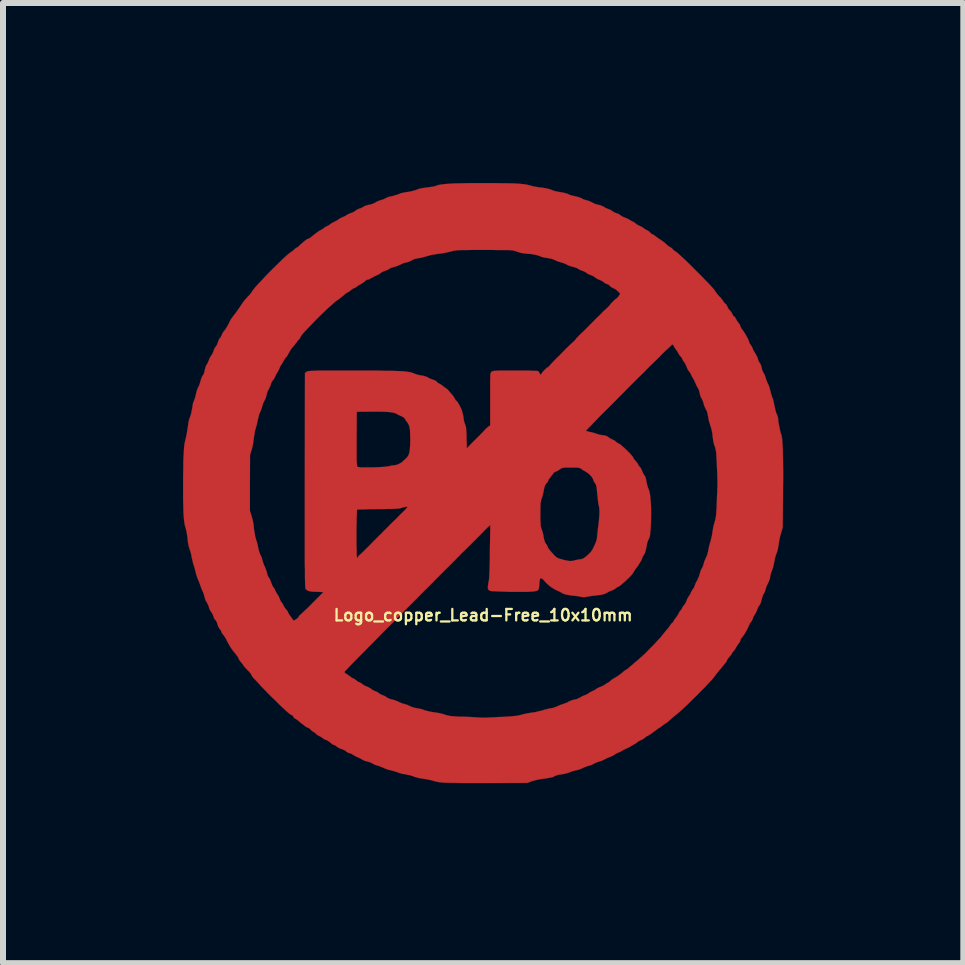
<source format=kicad_pcb>
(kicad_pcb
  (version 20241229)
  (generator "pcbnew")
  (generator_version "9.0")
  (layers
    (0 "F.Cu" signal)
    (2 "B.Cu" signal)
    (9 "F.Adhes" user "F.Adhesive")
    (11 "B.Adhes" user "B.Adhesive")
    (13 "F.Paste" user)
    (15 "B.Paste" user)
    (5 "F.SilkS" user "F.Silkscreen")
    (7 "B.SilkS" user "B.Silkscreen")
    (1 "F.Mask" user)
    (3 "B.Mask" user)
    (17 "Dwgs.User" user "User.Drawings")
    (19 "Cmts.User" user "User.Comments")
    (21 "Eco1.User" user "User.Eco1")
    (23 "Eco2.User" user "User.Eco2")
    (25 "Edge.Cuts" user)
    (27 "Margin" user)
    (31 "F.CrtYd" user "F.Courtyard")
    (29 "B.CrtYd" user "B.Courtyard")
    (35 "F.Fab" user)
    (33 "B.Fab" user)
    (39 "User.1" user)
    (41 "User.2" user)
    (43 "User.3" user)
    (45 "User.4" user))
  (footprint "Logo_copper_Lead-Free_10x10mm"
    (layer "F.Cu")
    (at 5 5)
    (property "Reference" "Logo_copper_Lead-Free_10x10mm" (at 0 2.2 0) (layer "F.SilkS") (effects (font (size 0.191 0.191) (thickness 0.038))))
    (attr through_hole)
    (fp_poly (pts (xy 4.999 -0.066) (xy 4.996 0.114) (xy 4.996 0.165) (xy 4.991 0.739) (xy 4.961 0.841) (xy 4.945 0.897) (xy 4.933 0.958) (xy 4.923 1.011) (xy 4.923 1.026) (xy 4.907 1.115) (xy 4.887 1.171) (xy 4.872 1.214) (xy 4.859 1.265) (xy 4.851 1.308) (xy 4.841 1.356) (xy 4.829 1.41) (xy 4.816 1.445) (xy 4.798 1.491) (xy 4.785 1.537) (xy 4.783 1.562) (xy 4.773 1.603) (xy 4.755 1.648) (xy 4.745 1.669) (xy 4.727 1.707) (xy 4.712 1.745) (xy 4.707 1.763) (xy 4.696 1.801) (xy 4.679 1.839) (xy 4.674 1.844) (xy 4.658 1.875) (xy 4.646 1.918) (xy 4.638 1.948) (xy 4.628 1.986) (xy 4.615 2.017) (xy 4.605 2.032) (xy 4.59 2.052) (xy 4.575 2.083) (xy 4.567 2.103) (xy 4.552 2.141) (xy 4.534 2.177) (xy 4.524 2.189) (xy 4.506 2.22) (xy 4.493 2.253) (xy 4.481 2.286) (xy 4.46 2.314) (xy 4.442 2.342) (xy 4.425 2.377) (xy 4.425 2.38) (xy 4.407 2.421) (xy 4.381 2.469) (xy 4.351 2.52) (xy 4.318 2.563) (xy 4.315 2.568) (xy 4.295 2.593) (xy 4.285 2.616) (xy 4.285 2.621) (xy 4.28 2.639) (xy 4.262 2.664) (xy 4.249 2.682) (xy 4.227 2.715) (xy 4.206 2.748) (xy 4.201 2.761) (xy 4.188 2.781) (xy 4.178 2.791) (xy 4.178 2.794) (xy 4.168 2.802) (xy 4.153 2.822) (xy 4.15 2.827) (xy 4.133 2.857) (xy 4.107 2.891) (xy 4.097 2.901) (xy 4.077 2.926) (xy 4.064 2.946) (xy 4.061 2.954) (xy 4.061 2.962) (xy 4.054 2.972) (xy 4.044 2.987) (xy 4.023 3.012) (xy 3.993 3.048) (xy 3.952 3.099) (xy 3.94 3.111) (xy 3.909 3.15) (xy 3.904 3.157) (xy 3.904 0.015) (xy 3.904 -0.015) (xy 3.904 -0.051) (xy 3.901 -0.091) (xy 3.901 -0.137) (xy 3.899 -0.196) (xy 3.894 -0.297) (xy 3.891 -0.378) (xy 3.886 -0.442) (xy 3.884 -0.493) (xy 3.879 -0.533) (xy 3.873 -0.564) (xy 3.868 -0.587) (xy 3.861 -0.607) (xy 3.858 -0.617) (xy 3.846 -0.65) (xy 3.835 -0.696) (xy 3.828 -0.747) (xy 3.825 -0.762) (xy 3.818 -0.831) (xy 3.807 -0.889) (xy 3.792 -0.94) (xy 3.774 -0.996) (xy 3.762 -1.036) (xy 3.752 -1.087) (xy 3.747 -1.118) (xy 3.736 -1.173) (xy 3.719 -1.219) (xy 3.713 -1.224) (xy 3.698 -1.257) (xy 3.68 -1.298) (xy 3.675 -1.323) (xy 3.663 -1.361) (xy 3.647 -1.397) (xy 3.637 -1.415) (xy 3.622 -1.443) (xy 3.612 -1.481) (xy 3.609 -1.496) (xy 3.599 -1.537) (xy 3.584 -1.577) (xy 3.576 -1.587) (xy 3.556 -1.623) (xy 3.538 -1.664) (xy 3.536 -1.669) (xy 3.518 -1.709) (xy 3.495 -1.748) (xy 3.493 -1.755) (xy 3.475 -1.783) (xy 3.465 -1.803) (xy 3.465 -1.808) (xy 3.457 -1.824) (xy 3.442 -1.847) (xy 3.434 -1.857) (xy 3.411 -1.89) (xy 3.393 -1.93) (xy 3.391 -1.935) (xy 3.376 -1.971) (xy 3.355 -2.009) (xy 3.348 -2.019) (xy 3.327 -2.047) (xy 3.317 -2.068) (xy 3.315 -2.075) (xy 3.307 -2.09) (xy 3.292 -2.108) (xy 3.274 -2.129) (xy 3.254 -2.159) (xy 3.246 -2.177) (xy 3.228 -2.205) (xy 3.213 -2.228) (xy 3.208 -2.233) (xy 3.195 -2.248) (xy 3.183 -2.273) (xy 3.18 -2.276) (xy 3.167 -2.301) (xy 3.155 -2.311) (xy 3.152 -2.311) (xy 3.145 -2.306) (xy 3.122 -2.283) (xy 3.086 -2.25) (xy 3.038 -2.205) (xy 2.982 -2.151) (xy 2.918 -2.085) (xy 2.845 -2.014) (xy 2.766 -1.938) (xy 2.685 -1.854) (xy 2.596 -1.768) (xy 2.507 -1.679) (xy 2.418 -1.59) (xy 2.329 -1.499) (xy 2.283 -1.455) (xy 2.283 -3.157) (xy 2.243 -3.198) (xy 2.212 -3.226) (xy 2.179 -3.244) (xy 2.167 -3.251) (xy 2.134 -3.266) (xy 2.111 -3.287) (xy 2.085 -3.31) (xy 2.057 -3.32) (xy 2.029 -3.332) (xy 2.009 -3.348) (xy 1.989 -3.363) (xy 1.956 -3.381) (xy 1.941 -3.386) (xy 1.905 -3.401) (xy 1.872 -3.421) (xy 1.864 -3.429) (xy 1.834 -3.449) (xy 1.798 -3.465) (xy 1.796 -3.467) (xy 1.758 -3.48) (xy 1.727 -3.5) (xy 1.722 -3.503) (xy 1.692 -3.523) (xy 1.656 -3.538) (xy 1.654 -3.538) (xy 1.618 -3.551) (xy 1.587 -3.569) (xy 1.585 -3.571) (xy 1.56 -3.584) (xy 1.524 -3.597) (xy 1.488 -3.607) (xy 1.448 -3.617) (xy 1.41 -3.632) (xy 1.387 -3.645) (xy 1.356 -3.66) (xy 1.318 -3.673) (xy 1.298 -3.678) (xy 1.255 -3.691) (xy 1.212 -3.708) (xy 1.196 -3.716) (xy 1.148 -3.736) (xy 1.085 -3.749) (xy 1.067 -3.752) (xy 1.016 -3.759) (xy 0.97 -3.772) (xy 0.937 -3.785) (xy 0.892 -3.8) (xy 0.828 -3.813) (xy 0.795 -3.818) (xy 0.724 -3.823) (xy 0.668 -3.83) (xy 0.627 -3.838) (xy 0.592 -3.848) (xy 0.561 -3.858) (xy 0.549 -3.863) (xy 0.533 -3.868) (xy 0.521 -3.871) (xy 0.503 -3.876) (xy 0.483 -3.879) (xy 0.452 -3.881) (xy 0.417 -3.884) (xy 0.368 -3.884) (xy 0.307 -3.884) (xy 0.231 -3.884) (xy 0.137 -3.886) (xy 0.023 -3.886) (xy 0.02 -3.886) (xy -0.091 -3.886) (xy -0.185 -3.886) (xy -0.262 -3.884) (xy -0.323 -3.884) (xy -0.373 -3.884) (xy -0.411 -3.881) (xy -0.445 -3.879) (xy -0.467 -3.876) (xy -0.49 -3.873) (xy -0.508 -3.868) (xy -0.528 -3.863) (xy -0.536 -3.861) (xy -0.587 -3.848) (xy -0.648 -3.835) (xy -0.709 -3.825) (xy -0.739 -3.823) (xy -0.8 -3.813) (xy -0.864 -3.802) (xy -0.917 -3.787) (xy -0.937 -3.782) (xy -0.988 -3.767) (xy -1.039 -3.754) (xy -1.085 -3.747) (xy -1.148 -3.734) (xy -1.189 -3.713) (xy -1.227 -3.693) (xy -1.267 -3.68) (xy -1.278 -3.678) (xy -1.321 -3.668) (xy -1.364 -3.65) (xy -1.377 -3.642) (xy -1.415 -3.625) (xy -1.46 -3.609) (xy -1.478 -3.604) (xy -1.516 -3.594) (xy -1.552 -3.579) (xy -1.565 -3.571) (xy -1.593 -3.553) (xy -1.628 -3.541) (xy -1.633 -3.538) (xy -1.669 -3.526) (xy -1.694 -3.51) (xy -1.699 -3.508) (xy -1.722 -3.49) (xy -1.753 -3.472) (xy -1.781 -3.459) (xy -1.819 -3.442) (xy -1.857 -3.421) (xy -1.875 -3.411) (xy -1.902 -3.396) (xy -1.925 -3.391) (xy -1.93 -3.391) (xy -1.948 -3.383) (xy -1.966 -3.368) (xy -1.989 -3.348) (xy -2.022 -3.327) (xy -2.029 -3.322) (xy -2.065 -3.302) (xy -2.098 -3.282) (xy -2.103 -3.277) (xy -2.126 -3.259) (xy -2.146 -3.251) (xy -2.164 -3.244) (xy -2.187 -3.228) (xy -2.207 -3.213) (xy -2.233 -3.193) (xy -2.253 -3.18) (xy -2.261 -3.178) (xy -2.273 -3.17) (xy -2.296 -3.155) (xy -2.316 -3.137) (xy -2.36 -3.101) (xy -2.393 -3.073) (xy -2.418 -3.056) (xy -2.443 -3.04) (xy -2.466 -3.023) (xy -2.502 -2.99) (xy -2.548 -2.949) (xy -2.601 -2.901) (xy -2.657 -2.847) (xy -2.713 -2.794) (xy -2.769 -2.738) (xy -2.819 -2.687) (xy -2.83 -2.675) (xy -2.873 -2.629) (xy -2.916 -2.586) (xy -2.951 -2.548) (xy -2.979 -2.52) (xy -2.987 -2.51) (xy -3.015 -2.479) (xy -3.035 -2.449) (xy -3.043 -2.433) (xy -3.058 -2.408) (xy -3.071 -2.39) (xy -3.073 -2.39) (xy -3.089 -2.375) (xy -3.104 -2.352) (xy -3.127 -2.324) (xy -3.145 -2.299) (xy -3.178 -2.261) (xy -3.211 -2.217) (xy -3.236 -2.172) (xy -3.256 -2.136) (xy -3.269 -2.113) (xy -3.279 -2.101) (xy -3.282 -2.098) (xy -3.292 -2.09) (xy -3.307 -2.068) (xy -3.325 -2.037) (xy -3.343 -2.004) (xy -3.358 -1.979) (xy -3.368 -1.966) (xy -3.378 -1.953) (xy -3.388 -1.928) (xy -3.391 -1.92) (xy -3.406 -1.885) (xy -3.426 -1.849) (xy -3.447 -1.816) (xy -3.465 -1.778) (xy -3.48 -1.745) (xy -3.5 -1.717) (xy -3.503 -1.714) (xy -3.523 -1.687) (xy -3.536 -1.654) (xy -3.546 -1.621) (xy -3.564 -1.582) (xy -3.571 -1.57) (xy -3.592 -1.529) (xy -3.607 -1.483) (xy -3.609 -1.471) (xy -3.619 -1.43) (xy -3.635 -1.389) (xy -3.642 -1.379) (xy -3.66 -1.344) (xy -3.675 -1.3) (xy -3.678 -1.288) (xy -3.691 -1.245) (xy -3.708 -1.201) (xy -3.713 -1.189) (xy -3.729 -1.156) (xy -3.741 -1.11) (xy -3.752 -1.067) (xy -3.762 -1.016) (xy -3.777 -0.958) (xy -3.79 -0.912) (xy -3.805 -0.856) (xy -3.815 -0.79) (xy -3.823 -0.734) (xy -3.833 -0.653) (xy -3.851 -0.577) (xy -3.858 -0.554) (xy -3.884 -0.472) (xy -3.886 -0.005) (xy -3.886 0.462) (xy -3.856 0.554) (xy -3.84 0.615) (xy -3.825 0.688) (xy -3.818 0.765) (xy -3.818 0.767) (xy -3.807 0.833) (xy -3.797 0.892) (xy -3.785 0.932) (xy -3.785 0.937) (xy -3.772 0.973) (xy -3.759 1.019) (xy -3.752 1.059) (xy -3.739 1.118) (xy -3.721 1.173) (xy -3.711 1.194) (xy -3.693 1.232) (xy -3.68 1.273) (xy -3.675 1.293) (xy -3.665 1.326) (xy -3.65 1.367) (xy -3.64 1.387) (xy -3.622 1.43) (xy -3.607 1.476) (xy -3.602 1.494) (xy -3.592 1.532) (xy -3.579 1.562) (xy -3.571 1.572) (xy -3.556 1.595) (xy -3.541 1.631) (xy -3.533 1.651) (xy -3.52 1.689) (xy -3.505 1.72) (xy -3.498 1.73) (xy -3.477 1.758) (xy -3.465 1.791) (xy -3.462 1.791) (xy -3.447 1.824) (xy -3.426 1.854) (xy -3.409 1.882) (xy -3.393 1.918) (xy -3.391 1.925) (xy -3.378 1.956) (xy -3.365 1.979) (xy -3.36 1.984) (xy -3.345 2.002) (xy -3.33 2.032) (xy -3.325 2.042) (xy -3.307 2.073) (xy -3.287 2.101) (xy -3.282 2.106) (xy -3.261 2.129) (xy -3.246 2.162) (xy -3.231 2.189) (xy -3.205 2.225) (xy -3.193 2.243) (xy -3.155 2.291) (xy -3.117 2.268) (xy -3.094 2.25) (xy -3.076 2.233) (xy -3.076 2.23) (xy -3.066 2.212) (xy -3.043 2.189) (xy -3.015 2.164) (xy -2.972 2.123) (xy -2.918 2.073) (xy -2.857 2.012) (xy -2.837 1.991) (xy -2.819 1.974) (xy -2.802 1.956) (xy -2.784 1.938) (xy -2.774 1.925) (xy -2.761 1.915) (xy -2.741 1.895) (xy -2.715 1.869) (xy -2.69 1.844) (xy -2.672 1.826) (xy -2.664 1.816) (xy -2.675 1.814) (xy -2.7 1.814) (xy -2.741 1.811) (xy -2.769 1.811) (xy -2.84 1.808) (xy -2.893 1.801) (xy -2.931 1.788) (xy -2.954 1.768) (xy -2.959 1.758) (xy -2.962 1.75) (xy -2.964 1.737) (xy -2.964 1.712) (xy -2.967 1.681) (xy -2.967 1.638) (xy -2.969 1.585) (xy -2.969 1.519) (xy -2.969 1.443) (xy -2.972 1.351) (xy -2.972 1.245) (xy -2.972 1.125) (xy -2.972 0.988) (xy -2.972 0.833) (xy -2.972 0.663) (xy -2.972 0.472) (xy -2.972 0.264) (xy -2.972 0.036) (xy -2.972 -0.051) (xy -2.969 -1.834) (xy -2.944 -1.854) (xy -2.939 -1.859) (xy -2.931 -1.862) (xy -2.921 -1.864) (xy -2.906 -1.867) (xy -2.883 -1.869) (xy -2.852 -1.872) (xy -2.814 -1.872) (xy -2.766 -1.875) (xy -2.703 -1.875) (xy -2.626 -1.875) (xy -2.535 -1.875) (xy -2.426 -1.875) (xy -2.299 -1.875) (xy -2.197 -1.875) (xy -2.029 -1.875) (xy -1.88 -1.875) (xy -1.75 -1.875) (xy -1.638 -1.872) (xy -1.542 -1.872) (xy -1.458 -1.869) (xy -1.389 -1.867) (xy -1.333 -1.864) (xy -1.285 -1.859) (xy -1.247 -1.854) (xy -1.219 -1.849) (xy -1.194 -1.844) (xy -1.176 -1.836) (xy -1.168 -1.834) (xy -1.135 -1.821) (xy -1.092 -1.806) (xy -1.044 -1.796) (xy -1.036 -1.796) (xy -0.986 -1.786) (xy -0.945 -1.773) (xy -0.919 -1.76) (xy -0.894 -1.745) (xy -0.859 -1.732) (xy -0.841 -1.725) (xy -0.795 -1.709) (xy -0.77 -1.687) (xy -0.752 -1.669) (xy -0.739 -1.661) (xy -0.721 -1.656) (xy -0.699 -1.638) (xy -0.688 -1.633) (xy -0.658 -1.608) (xy -0.625 -1.585) (xy -0.62 -1.58) (xy -0.597 -1.565) (xy -0.572 -1.537) (xy -0.541 -1.501) (xy -0.511 -1.468) (xy -0.488 -1.435) (xy -0.472 -1.41) (xy -0.467 -1.4) (xy -0.46 -1.384) (xy -0.447 -1.374) (xy -0.434 -1.361) (xy -0.414 -1.333) (xy -0.394 -1.295) (xy -0.384 -1.278) (xy -0.358 -1.222) (xy -0.343 -1.171) (xy -0.33 -1.115) (xy -0.328 -1.1) (xy -0.323 -1.054) (xy -0.312 -1.011) (xy -0.302 -0.98) (xy -0.3 -0.975) (xy -0.292 -0.958) (xy -0.287 -0.932) (xy -0.282 -0.897) (xy -0.279 -0.846) (xy -0.277 -0.777) (xy -0.277 -0.762) (xy -0.272 -0.579) (xy -0.218 -0.638) (xy -0.188 -0.668) (xy -0.163 -0.693) (xy -0.147 -0.709) (xy -0.099 -0.757) (xy -0.051 -0.805) (xy -0.005 -0.851) (xy 0.025 -0.886) (xy 0.053 -0.914) (xy 0.079 -0.937) (xy 0.094 -0.947) (xy 0.117 -0.96) (xy 0.117 -1.397) (xy 0.117 -1.504) (xy 0.117 -1.593) (xy 0.117 -1.664) (xy 0.117 -1.72) (xy 0.119 -1.763) (xy 0.119 -1.796) (xy 0.122 -1.819) (xy 0.124 -1.834) (xy 0.13 -1.844) (xy 0.135 -1.849) (xy 0.137 -1.854) (xy 0.145 -1.859) (xy 0.152 -1.864) (xy 0.165 -1.867) (xy 0.183 -1.872) (xy 0.211 -1.872) (xy 0.249 -1.875) (xy 0.3 -1.875) (xy 0.366 -1.875) (xy 0.45 -1.875) (xy 0.526 -1.875) (xy 0.612 -1.875) (xy 0.693 -1.875) (xy 0.765 -1.875) (xy 0.826 -1.872) (xy 0.871 -1.872) (xy 0.902 -1.869) (xy 0.912 -1.869) (xy 0.927 -1.854) (xy 0.942 -1.829) (xy 0.953 -1.808) (xy 0.958 -1.806) (xy 0.968 -1.819) (xy 0.968 -1.821) (xy 0.983 -1.841) (xy 1.003 -1.867) (xy 1.029 -1.892) (xy 1.052 -1.915) (xy 1.069 -1.928) (xy 1.074 -1.928) (xy 1.085 -1.935) (xy 1.105 -1.956) (xy 1.13 -1.984) (xy 1.135 -1.989) (xy 1.171 -2.029) (xy 1.214 -2.073) (xy 1.245 -2.103) (xy 1.275 -2.131) (xy 1.298 -2.156) (xy 1.313 -2.172) (xy 1.339 -2.197) (xy 1.372 -2.233) (xy 1.412 -2.271) (xy 1.453 -2.309) (xy 1.486 -2.342) (xy 1.491 -2.344) (xy 1.519 -2.37) (xy 1.537 -2.39) (xy 1.544 -2.4) (xy 1.552 -2.413) (xy 1.572 -2.433) (xy 1.598 -2.459) (xy 1.6 -2.464) (xy 1.631 -2.492) (xy 1.654 -2.515) (xy 1.666 -2.527) (xy 1.669 -2.527) (xy 1.679 -2.537) (xy 1.702 -2.56) (xy 1.735 -2.593) (xy 1.77 -2.629) (xy 1.775 -2.634) (xy 1.811 -2.67) (xy 1.844 -2.703) (xy 1.867 -2.728) (xy 1.88 -2.741) (xy 1.882 -2.741) (xy 1.895 -2.756) (xy 1.918 -2.776) (xy 1.941 -2.799) (xy 1.956 -2.814) (xy 1.981 -2.84) (xy 2.009 -2.87) (xy 2.05 -2.903) (xy 2.055 -2.911) (xy 2.083 -2.936) (xy 2.103 -2.957) (xy 2.111 -2.967) (xy 2.118 -2.979) (xy 2.136 -3) (xy 2.162 -3.025) (xy 2.187 -3.051) (xy 2.212 -3.071) (xy 2.225 -3.081) (xy 2.228 -3.081) (xy 2.238 -3.089) (xy 2.253 -3.109) (xy 2.261 -3.119) (xy 2.283 -3.157) (xy 2.283 -1.455) (xy 2.24 -1.41) (xy 2.154 -1.323) (xy 2.073 -1.242) (xy 1.996 -1.166) (xy 1.925 -1.095) (xy 1.864 -1.031) (xy 1.811 -0.975) (xy 1.768 -0.932) (xy 1.737 -0.899) (xy 1.717 -0.879) (xy 1.714 -0.871) (xy 1.727 -0.866) (xy 1.755 -0.859) (xy 1.781 -0.853) (xy 1.826 -0.843) (xy 1.875 -0.828) (xy 1.897 -0.82) (xy 1.938 -0.808) (xy 1.981 -0.8) (xy 1.999 -0.798) (xy 2.047 -0.79) (xy 2.075 -0.775) (xy 2.103 -0.754) (xy 2.141 -0.734) (xy 2.149 -0.729) (xy 2.182 -0.714) (xy 2.207 -0.696) (xy 2.215 -0.688) (xy 2.238 -0.671) (xy 2.266 -0.655) (xy 2.268 -0.655) (xy 2.289 -0.643) (xy 2.316 -0.617) (xy 2.352 -0.587) (xy 2.39 -0.551) (xy 2.428 -0.513) (xy 2.461 -0.478) (xy 2.487 -0.447) (xy 2.502 -0.427) (xy 2.504 -0.419) (xy 2.512 -0.404) (xy 2.53 -0.381) (xy 2.543 -0.368) (xy 2.563 -0.343) (xy 2.578 -0.323) (xy 2.581 -0.315) (xy 2.586 -0.3) (xy 2.603 -0.277) (xy 2.606 -0.277) (xy 2.626 -0.251) (xy 2.644 -0.216) (xy 2.649 -0.203) (xy 2.662 -0.168) (xy 2.68 -0.14) (xy 2.687 -0.132) (xy 2.705 -0.099) (xy 2.718 -0.048) (xy 2.718 -0.036) (xy 2.728 0.013) (xy 2.743 0.064) (xy 2.756 0.097) (xy 2.771 0.145) (xy 2.784 0.213) (xy 2.791 0.297) (xy 2.797 0.396) (xy 2.799 0.508) (xy 2.797 0.627) (xy 2.794 0.696) (xy 2.789 0.77) (xy 2.784 0.823) (xy 2.781 0.861) (xy 2.776 0.889) (xy 2.771 0.909) (xy 2.764 0.922) (xy 2.758 0.93) (xy 2.743 0.965) (xy 2.728 1.019) (xy 2.723 1.054) (xy 2.71 1.115) (xy 2.697 1.161) (xy 2.682 1.189) (xy 2.662 1.219) (xy 2.649 1.25) (xy 2.647 1.257) (xy 2.637 1.283) (xy 2.614 1.321) (xy 2.588 1.364) (xy 2.558 1.407) (xy 2.545 1.422) (xy 2.522 1.455) (xy 2.502 1.491) (xy 2.489 1.509) (xy 2.466 1.537) (xy 2.433 1.572) (xy 2.395 1.608) (xy 2.355 1.646) (xy 2.316 1.679) (xy 2.286 1.704) (xy 2.261 1.722) (xy 2.25 1.727) (xy 2.235 1.732) (xy 2.215 1.748) (xy 2.207 1.753) (xy 2.174 1.775) (xy 2.136 1.791) (xy 2.134 1.791) (xy 2.098 1.806) (xy 2.062 1.826) (xy 2.055 1.829) (xy 2.035 1.841) (xy 2.009 1.849) (xy 1.974 1.859) (xy 1.938 1.864) (xy 1.938 0.48) (xy 1.935 0.424) (xy 1.93 0.384) (xy 1.923 0.358) (xy 1.918 0.328) (xy 1.913 0.287) (xy 1.908 0.234) (xy 1.9 0.163) (xy 1.897 0.135) (xy 1.892 0.084) (xy 1.885 0.048) (xy 1.877 0.02) (xy 1.864 0) (xy 1.859 -0.003) (xy 1.844 -0.03) (xy 1.834 -0.056) (xy 1.834 -0.061) (xy 1.824 -0.081) (xy 1.803 -0.112) (xy 1.775 -0.142) (xy 1.742 -0.17) (xy 1.709 -0.191) (xy 1.704 -0.196) (xy 1.669 -0.213) (xy 1.638 -0.236) (xy 1.623 -0.246) (xy 1.61 -0.251) (xy 1.587 -0.257) (xy 1.56 -0.259) (xy 1.516 -0.259) (xy 1.46 -0.259) (xy 1.402 -0.259) (xy 1.361 -0.259) (xy 1.333 -0.257) (xy 1.313 -0.251) (xy 1.298 -0.244) (xy 1.283 -0.234) (xy 1.278 -0.231) (xy 1.245 -0.208) (xy 1.212 -0.193) (xy 1.206 -0.191) (xy 1.184 -0.18) (xy 1.171 -0.17) (xy 1.166 -0.157) (xy 1.148 -0.135) (xy 1.13 -0.112) (xy 1.107 -0.081) (xy 1.09 -0.058) (xy 1.087 -0.046) (xy 1.079 -0.03) (xy 1.064 -0.005) (xy 1.054 0.003) (xy 1.034 0.03) (xy 1.021 0.066) (xy 1.011 0.112) (xy 1.001 0.163) (xy 0.988 0.216) (xy 0.978 0.249) (xy 0.968 0.274) (xy 0.963 0.297) (xy 0.958 0.325) (xy 0.955 0.361) (xy 0.955 0.406) (xy 0.953 0.467) (xy 0.953 0.516) (xy 0.953 0.589) (xy 0.955 0.645) (xy 0.958 0.686) (xy 0.96 0.716) (xy 0.965 0.739) (xy 0.97 0.757) (xy 0.973 0.762) (xy 0.983 0.792) (xy 0.996 0.836) (xy 1.006 0.884) (xy 1.006 0.894) (xy 1.021 0.955) (xy 1.034 0.993) (xy 1.044 1.006) (xy 1.062 1.031) (xy 1.077 1.064) (xy 1.077 1.067) (xy 1.09 1.09) (xy 1.115 1.123) (xy 1.146 1.158) (xy 1.163 1.176) (xy 1.196 1.212) (xy 1.222 1.234) (xy 1.247 1.25) (xy 1.278 1.26) (xy 1.318 1.27) (xy 1.328 1.275) (xy 1.384 1.288) (xy 1.425 1.295) (xy 1.455 1.298) (xy 1.486 1.295) (xy 1.519 1.288) (xy 1.534 1.283) (xy 1.575 1.275) (xy 1.61 1.27) (xy 1.626 1.267) (xy 1.648 1.262) (xy 1.676 1.25) (xy 1.712 1.224) (xy 1.732 1.206) (xy 1.768 1.173) (xy 1.796 1.143) (xy 1.821 1.107) (xy 1.844 1.059) (xy 1.849 1.049) (xy 1.872 0.998) (xy 1.887 0.96) (xy 1.895 0.922) (xy 1.9 0.876) (xy 1.902 0.859) (xy 1.908 0.8) (xy 1.915 0.737) (xy 1.923 0.681) (xy 1.923 0.676) (xy 1.93 0.612) (xy 1.935 0.544) (xy 1.938 0.48) (xy 1.938 1.864) (xy 1.928 1.864) (xy 1.88 1.872) (xy 1.824 1.877) (xy 1.773 1.885) (xy 1.732 1.892) (xy 1.709 1.895) (xy 1.707 1.897) (xy 1.664 1.9) (xy 1.636 1.895) (xy 1.61 1.89) (xy 1.57 1.882) (xy 1.519 1.877) (xy 1.473 1.872) (xy 1.415 1.862) (xy 1.372 1.854) (xy 1.341 1.844) (xy 1.321 1.834) (xy 1.318 1.834) (xy 1.288 1.814) (xy 1.252 1.798) (xy 1.245 1.796) (xy 1.184 1.765) (xy 1.118 1.722) (xy 1.059 1.671) (xy 1.029 1.638) (xy 0.996 1.603) (xy 0.97 1.585) (xy 0.955 1.585) (xy 0.945 1.603) (xy 0.94 1.641) (xy 0.937 1.676) (xy 0.932 1.73) (xy 0.925 1.763) (xy 0.912 1.786) (xy 0.886 1.796) (xy 0.846 1.803) (xy 0.828 1.806) (xy 0.79 1.808) (xy 0.739 1.811) (xy 0.676 1.811) (xy 0.605 1.811) (xy 0.528 1.811) (xy 0.45 1.811) (xy 0.371 1.808) (xy 0.3 1.806) (xy 0.234 1.803) (xy 0.178 1.801) (xy 0.137 1.798) (xy 0.112 1.793) (xy 0.109 1.793) (xy 0.089 1.778) (xy 0.079 1.753) (xy 0.079 1.72) (xy 0.086 1.669) (xy 0.089 1.651) (xy 0.094 1.626) (xy 0.099 1.593) (xy 0.102 1.549) (xy 0.104 1.496) (xy 0.107 1.427) (xy 0.109 1.344) (xy 0.112 1.245) (xy 0.112 1.135) (xy 0.119 0.699) (xy 0.094 0.719) (xy 0.076 0.734) (xy 0.046 0.765) (xy 0.003 0.808) (xy -0.048 0.861) (xy -0.114 0.927) (xy -0.188 1.001) (xy -0.272 1.085) (xy -0.363 1.173) (xy -0.46 1.273) (xy -0.564 1.377) (xy -0.671 1.483) (xy -0.782 1.595) (xy -0.897 1.712) (xy -1.013 1.826) (xy -1.13 1.946) (xy -1.214 2.029) (xy -1.214 -0.721) (xy -1.214 -0.734) (xy -1.217 -0.82) (xy -1.219 -0.886) (xy -1.229 -0.94) (xy -1.242 -0.978) (xy -1.26 -1.008) (xy -1.267 -1.016) (xy -1.288 -1.044) (xy -1.303 -1.069) (xy -1.306 -1.074) (xy -1.318 -1.092) (xy -1.351 -1.11) (xy -1.361 -1.115) (xy -1.397 -1.13) (xy -1.43 -1.148) (xy -1.44 -1.153) (xy -1.466 -1.166) (xy -1.504 -1.176) (xy -1.557 -1.184) (xy -1.628 -1.189) (xy -1.714 -1.191) (xy -1.821 -1.191) (xy -1.867 -1.191) (xy -2.106 -1.189) (xy -2.108 -0.739) (xy -2.108 -0.625) (xy -2.108 -0.531) (xy -2.108 -0.455) (xy -2.108 -0.394) (xy -2.106 -0.348) (xy -2.103 -0.315) (xy -2.101 -0.292) (xy -2.098 -0.279) (xy -2.095 -0.274) (xy -2.08 -0.269) (xy -2.047 -0.264) (xy -1.999 -0.262) (xy -1.943 -0.262) (xy -1.877 -0.262) (xy -1.811 -0.264) (xy -1.745 -0.267) (xy -1.684 -0.269) (xy -1.631 -0.274) (xy -1.59 -0.279) (xy -1.587 -0.279) (xy -1.539 -0.29) (xy -1.491 -0.297) (xy -1.455 -0.302) (xy -1.407 -0.318) (xy -1.359 -0.345) (xy -1.308 -0.391) (xy -1.306 -0.394) (xy -1.29 -0.409) (xy -1.27 -0.429) (xy -1.265 -0.434) (xy -1.247 -0.46) (xy -1.232 -0.5) (xy -1.222 -0.556) (xy -1.217 -0.63) (xy -1.214 -0.721) (xy -1.214 2.029) (xy -1.247 2.062) (xy -1.26 2.075) (xy -1.26 0.399) (xy -1.267 0.394) (xy -1.28 0.394) (xy -1.303 0.396) (xy -1.339 0.406) (xy -1.359 0.411) (xy -1.377 0.417) (xy -1.4 0.422) (xy -1.427 0.424) (xy -1.466 0.427) (xy -1.516 0.429) (xy -1.582 0.429) (xy -1.661 0.432) (xy -1.75 0.432) (xy -1.834 0.434) (xy -1.91 0.434) (xy -1.976 0.437) (xy -2.032 0.437) (xy -2.073 0.439) (xy -2.095 0.439) (xy -2.101 0.442) (xy -2.103 0.452) (xy -2.103 0.483) (xy -2.106 0.528) (xy -2.108 0.587) (xy -2.108 0.655) (xy -2.111 0.729) (xy -2.111 0.808) (xy -2.111 0.889) (xy -2.111 0.965) (xy -2.111 1.041) (xy -2.108 1.107) (xy -2.108 1.163) (xy -2.106 1.209) (xy -2.103 1.237) (xy -2.101 1.247) (xy -2.09 1.237) (xy -2.078 1.219) (xy -2.065 1.201) (xy -2.057 1.194) (xy -2.047 1.186) (xy -2.024 1.166) (xy -1.994 1.138) (xy -1.958 1.1) (xy -1.918 1.062) (xy -1.875 1.019) (xy -1.847 0.988) (xy -1.834 0.975) (xy -1.808 0.95) (xy -1.775 0.917) (xy -1.735 0.876) (xy -1.689 0.833) (xy -1.646 0.787) (xy -1.6 0.742) (xy -1.56 0.701) (xy -1.527 0.668) (xy -1.504 0.645) (xy -1.491 0.635) (xy -1.491 0.632) (xy -1.476 0.62) (xy -1.45 0.594) (xy -1.417 0.561) (xy -1.382 0.523) (xy -1.344 0.488) (xy -1.311 0.455) (xy -1.285 0.427) (xy -1.273 0.411) (xy -1.27 0.411) (xy -1.26 0.399) (xy -1.26 2.075) (xy -1.361 2.179) (xy -1.476 2.294) (xy -1.585 2.403) (xy -1.692 2.51) (xy -1.793 2.614) (xy -1.887 2.708) (xy -1.974 2.797) (xy -2.055 2.878) (xy -2.126 2.951) (xy -2.187 3.012) (xy -2.235 3.063) (xy -2.273 3.104) (xy -2.299 3.129) (xy -2.309 3.142) (xy -2.311 3.142) (xy -2.304 3.162) (xy -2.283 3.175) (xy -2.253 3.193) (xy -2.223 3.216) (xy -2.215 3.221) (xy -2.192 3.239) (xy -2.172 3.251) (xy -2.167 3.251) (xy -2.151 3.259) (xy -2.129 3.274) (xy -2.118 3.284) (xy -2.093 3.302) (xy -2.075 3.315) (xy -2.07 3.315) (xy -2.055 3.32) (xy -2.032 3.335) (xy -2.017 3.345) (xy -1.984 3.368) (xy -1.948 3.386) (xy -1.938 3.388) (xy -1.905 3.404) (xy -1.867 3.426) (xy -1.859 3.434) (xy -1.831 3.452) (xy -1.808 3.462) (xy -1.801 3.465) (xy -1.781 3.472) (xy -1.755 3.487) (xy -1.75 3.49) (xy -1.717 3.513) (xy -1.681 3.531) (xy -1.671 3.533) (xy -1.638 3.548) (xy -1.61 3.566) (xy -1.603 3.571) (xy -1.58 3.584) (xy -1.547 3.597) (xy -1.519 3.604) (xy -1.473 3.617) (xy -1.433 3.632) (xy -1.412 3.642) (xy -1.374 3.66) (xy -1.331 3.675) (xy -1.316 3.678) (xy -1.273 3.691) (xy -1.232 3.708) (xy -1.219 3.716) (xy -1.181 3.731) (xy -1.135 3.744) (xy -1.113 3.749) (xy -1.064 3.757) (xy -1.013 3.769) (xy -0.986 3.78) (xy -0.947 3.792) (xy -0.894 3.805) (xy -0.838 3.815) (xy -0.803 3.82) (xy -0.749 3.828) (xy -0.704 3.838) (xy -0.665 3.848) (xy -0.65 3.853) (xy -0.61 3.866) (xy -0.551 3.879) (xy -0.475 3.886) (xy -0.381 3.891) (xy -0.33 3.891) (xy -0.269 3.894) (xy -0.208 3.896) (xy -0.155 3.899) (xy -0.122 3.901) (xy -0.076 3.904) (xy -0.018 3.907) (xy 0.036 3.907) (xy 0.058 3.907) (xy 0.117 3.904) (xy 0.188 3.901) (xy 0.254 3.896) (xy 0.282 3.896) (xy 0.376 3.891) (xy 0.452 3.886) (xy 0.513 3.881) (xy 0.561 3.876) (xy 0.599 3.868) (xy 0.632 3.861) (xy 0.638 3.858) (xy 0.676 3.848) (xy 0.724 3.838) (xy 0.78 3.828) (xy 0.815 3.823) (xy 0.871 3.815) (xy 0.922 3.802) (xy 0.965 3.792) (xy 0.986 3.787) (xy 1.024 3.774) (xy 1.072 3.762) (xy 1.118 3.752) (xy 1.166 3.744) (xy 1.209 3.729) (xy 1.242 3.716) (xy 1.278 3.698) (xy 1.323 3.683) (xy 1.336 3.678) (xy 1.374 3.665) (xy 1.41 3.65) (xy 1.42 3.642) (xy 1.448 3.63) (xy 1.486 3.614) (xy 1.521 3.607) (xy 1.562 3.597) (xy 1.595 3.581) (xy 1.615 3.571) (xy 1.646 3.553) (xy 1.679 3.538) (xy 1.681 3.538) (xy 1.717 3.523) (xy 1.753 3.505) (xy 1.753 3.503) (xy 1.783 3.482) (xy 1.821 3.465) (xy 1.826 3.462) (xy 1.857 3.447) (xy 1.882 3.432) (xy 1.887 3.426) (xy 1.905 3.416) (xy 1.935 3.401) (xy 1.963 3.391) (xy 1.996 3.376) (xy 2.024 3.36) (xy 2.037 3.35) (xy 2.055 3.338) (xy 2.083 3.322) (xy 2.085 3.32) (xy 2.108 3.307) (xy 2.121 3.297) (xy 2.121 3.294) (xy 2.129 3.284) (xy 2.151 3.269) (xy 2.172 3.256) (xy 2.248 3.211) (xy 2.306 3.167) (xy 2.324 3.152) (xy 2.349 3.129) (xy 2.377 3.111) (xy 2.403 3.096) (xy 2.431 3.073) (xy 2.451 3.053) (xy 2.484 3.028) (xy 2.515 3) (xy 2.573 2.951) (xy 2.639 2.893) (xy 2.705 2.832) (xy 2.761 2.774) (xy 2.769 2.766) (xy 2.832 2.703) (xy 2.883 2.649) (xy 2.921 2.606) (xy 2.954 2.573) (xy 2.977 2.543) (xy 2.997 2.517) (xy 3 2.515) (xy 3.028 2.479) (xy 3.056 2.446) (xy 3.073 2.428) (xy 3.096 2.398) (xy 3.117 2.367) (xy 3.119 2.365) (xy 3.134 2.342) (xy 3.15 2.327) (xy 3.165 2.314) (xy 3.172 2.301) (xy 3.183 2.278) (xy 3.203 2.253) (xy 3.211 2.243) (xy 3.233 2.212) (xy 3.254 2.179) (xy 3.256 2.172) (xy 3.272 2.141) (xy 3.292 2.118) (xy 3.292 2.116) (xy 3.31 2.095) (xy 3.315 2.083) (xy 3.322 2.068) (xy 3.338 2.042) (xy 3.348 2.032) (xy 3.371 1.999) (xy 3.388 1.963) (xy 3.391 1.953) (xy 3.404 1.92) (xy 3.421 1.895) (xy 3.421 1.892) (xy 3.439 1.867) (xy 3.457 1.836) (xy 3.459 1.826) (xy 3.475 1.796) (xy 3.493 1.768) (xy 3.495 1.763) (xy 3.513 1.74) (xy 3.526 1.707) (xy 3.528 1.699) (xy 3.543 1.661) (xy 3.564 1.623) (xy 3.566 1.621) (xy 3.581 1.587) (xy 3.599 1.547) (xy 3.607 1.516) (xy 3.619 1.476) (xy 3.632 1.44) (xy 3.645 1.42) (xy 3.66 1.389) (xy 3.673 1.351) (xy 3.673 1.346) (xy 3.683 1.313) (xy 3.698 1.273) (xy 3.711 1.247) (xy 3.729 1.204) (xy 3.744 1.151) (xy 3.752 1.115) (xy 3.762 1.064) (xy 3.777 1.006) (xy 3.79 0.965) (xy 3.802 0.914) (xy 3.815 0.859) (xy 3.82 0.818) (xy 3.828 0.77) (xy 3.838 0.714) (xy 3.853 0.663) (xy 3.853 0.658) (xy 3.863 0.627) (xy 3.871 0.597) (xy 3.876 0.566) (xy 3.881 0.528) (xy 3.884 0.48) (xy 3.889 0.422) (xy 3.891 0.345) (xy 3.894 0.307) (xy 3.896 0.221) (xy 3.901 0.152) (xy 3.901 0.099) (xy 3.904 0.053) (xy 3.904 0.015) (xy 3.904 3.157) (xy 3.881 3.185) (xy 3.861 3.211) (xy 3.856 3.218) (xy 3.835 3.246) (xy 3.8 3.287) (xy 3.754 3.335) (xy 3.701 3.393) (xy 3.64 3.454) (xy 3.576 3.52) (xy 3.51 3.584) (xy 3.447 3.647) (xy 3.383 3.708) (xy 3.327 3.762) (xy 3.279 3.805) (xy 3.241 3.838) (xy 3.218 3.856) (xy 3.198 3.871) (xy 3.17 3.896) (xy 3.134 3.927) (xy 3.117 3.942) (xy 3.084 3.97) (xy 3.056 3.993) (xy 3.035 4.006) (xy 3.033 4.008) (xy 3.018 4.016) (xy 3 4.031) (xy 2.972 4.051) (xy 2.944 4.072) (xy 2.921 4.084) (xy 2.888 4.11) (xy 2.847 4.138) (xy 2.832 4.15) (xy 2.797 4.176) (xy 2.766 4.196) (xy 2.746 4.209) (xy 2.741 4.211) (xy 2.725 4.216) (xy 2.703 4.234) (xy 2.695 4.242) (xy 2.662 4.265) (xy 2.626 4.282) (xy 2.621 4.285) (xy 2.588 4.3) (xy 2.558 4.323) (xy 2.537 4.341) (xy 2.522 4.348) (xy 2.52 4.348) (xy 2.507 4.356) (xy 2.482 4.371) (xy 2.466 4.379) (xy 2.433 4.399) (xy 2.403 4.415) (xy 2.393 4.417) (xy 2.365 4.43) (xy 2.332 4.448) (xy 2.319 4.455) (xy 2.286 4.475) (xy 2.256 4.488) (xy 2.248 4.491) (xy 2.22 4.503) (xy 2.189 4.524) (xy 2.187 4.524) (xy 2.156 4.544) (xy 2.121 4.559) (xy 2.111 4.562) (xy 2.073 4.577) (xy 2.032 4.597) (xy 2.027 4.6) (xy 1.991 4.618) (xy 1.951 4.633) (xy 1.933 4.638) (xy 1.895 4.651) (xy 1.857 4.669) (xy 1.844 4.674) (xy 1.808 4.694) (xy 1.768 4.707) (xy 1.763 4.707) (xy 1.732 4.717) (xy 1.692 4.732) (xy 1.661 4.745) (xy 1.618 4.765) (xy 1.57 4.78) (xy 1.542 4.785) (xy 1.499 4.796) (xy 1.458 4.811) (xy 1.44 4.818) (xy 1.41 4.829) (xy 1.367 4.841) (xy 1.318 4.849) (xy 1.311 4.851) (xy 1.267 4.856) (xy 1.229 4.867) (xy 1.204 4.874) (xy 1.199 4.877) (xy 1.166 4.895) (xy 1.12 4.907) (xy 1.059 4.917) (xy 1.001 4.925) (xy 0.935 4.935) (xy 0.869 4.95) (xy 0.82 4.963) (xy 0.739 4.994) (xy 0.089 4.996) (xy -0.028 4.996) (xy -0.142 4.996) (xy -0.254 4.996) (xy -0.356 4.996) (xy -0.447 4.994) (xy -0.526 4.994) (xy -0.592 4.991) (xy -0.64 4.991) (xy -0.665 4.989) (xy -0.726 4.983) (xy -0.782 4.973) (xy -0.828 4.961) (xy -0.833 4.958) (xy -0.871 4.948) (xy -0.922 4.938) (xy -0.975 4.928) (xy -0.998 4.925) (xy -1.077 4.912) (xy -1.14 4.895) (xy -1.156 4.887) (xy -1.194 4.874) (xy -1.242 4.862) (xy -1.293 4.851) (xy -1.341 4.844) (xy -1.387 4.831) (xy -1.422 4.821) (xy -1.425 4.818) (xy -1.46 4.806) (xy -1.506 4.793) (xy -1.537 4.785) (xy -1.585 4.773) (xy -1.636 4.755) (xy -1.661 4.742) (xy -1.702 4.727) (xy -1.737 4.712) (xy -1.758 4.707) (xy -1.793 4.696) (xy -1.829 4.679) (xy -1.834 4.676) (xy -1.867 4.658) (xy -1.908 4.643) (xy -1.928 4.638) (xy -1.966 4.628) (xy -2.002 4.613) (xy -2.014 4.605) (xy -2.045 4.587) (xy -2.08 4.572) (xy -2.09 4.567) (xy -2.123 4.552) (xy -2.151 4.536) (xy -2.159 4.531) (xy -2.182 4.516) (xy -2.215 4.501) (xy -2.223 4.501) (xy -2.256 4.488) (xy -2.283 4.47) (xy -2.286 4.465) (xy -2.309 4.45) (xy -2.342 4.437) (xy -2.352 4.432) (xy -2.39 4.42) (xy -2.428 4.397) (xy -2.436 4.392) (xy -2.464 4.371) (xy -2.484 4.361) (xy -2.489 4.361) (xy -2.507 4.354) (xy -2.53 4.336) (xy -2.545 4.323) (xy -2.576 4.3) (xy -2.606 4.282) (xy -2.616 4.28) (xy -2.647 4.267) (xy -2.675 4.247) (xy -2.703 4.227) (xy -2.738 4.209) (xy -2.743 4.206) (xy -2.766 4.194) (xy -2.781 4.183) (xy -2.781 4.181) (xy -2.791 4.168) (xy -2.812 4.153) (xy -2.822 4.148) (xy -2.85 4.13) (xy -2.868 4.115) (xy -2.87 4.11) (xy -2.885 4.094) (xy -2.911 4.079) (xy -2.918 4.077) (xy -2.936 4.067) (xy -2.954 4.059) (xy -2.974 4.044) (xy -3 4.023) (xy -3.038 3.995) (xy -3.073 3.965) (xy -3.101 3.942) (xy -3.124 3.927) (xy -3.134 3.924) (xy -3.147 3.914) (xy -3.157 3.899) (xy -3.172 3.876) (xy -3.2 3.858) (xy -3.208 3.856) (xy -3.226 3.843) (xy -3.256 3.818) (xy -3.297 3.78) (xy -3.348 3.734) (xy -3.401 3.683) (xy -3.459 3.625) (xy -3.523 3.564) (xy -3.584 3.503) (xy -3.642 3.442) (xy -3.701 3.383) (xy -3.749 3.327) (xy -3.792 3.282) (xy -3.828 3.244) (xy -3.851 3.216) (xy -3.858 3.2) (xy -3.858 3.198) (xy -3.866 3.183) (xy -3.889 3.152) (xy -3.927 3.114) (xy -3.962 3.076) (xy -3.983 3.053) (xy -3.995 3.038) (xy -3.998 3.033) (xy -4.003 3.02) (xy -4.021 3) (xy -4.034 2.982) (xy -4.056 2.957) (xy -4.069 2.936) (xy -4.072 2.926) (xy -4.079 2.911) (xy -4.094 2.885) (xy -4.107 2.868) (xy -4.143 2.822) (xy -4.171 2.789) (xy -4.188 2.764) (xy -4.204 2.741) (xy -4.219 2.718) (xy -4.224 2.708) (xy -4.247 2.667) (xy -4.27 2.626) (xy -4.275 2.611) (xy -4.298 2.573) (xy -4.321 2.537) (xy -4.331 2.527) (xy -4.348 2.504) (xy -4.359 2.484) (xy -4.361 2.479) (xy -4.366 2.464) (xy -4.381 2.438) (xy -4.392 2.426) (xy -4.412 2.393) (xy -4.425 2.357) (xy -4.427 2.347) (xy -4.44 2.311) (xy -4.46 2.281) (xy -4.483 2.253) (xy -4.493 2.22) (xy -4.506 2.189) (xy -4.524 2.156) (xy -4.531 2.146) (xy -4.554 2.111) (xy -4.567 2.075) (xy -4.569 2.065) (xy -4.582 2.029) (xy -4.6 1.994) (xy -4.602 1.991) (xy -4.62 1.961) (xy -4.636 1.918) (xy -4.643 1.895) (xy -4.653 1.852) (xy -4.669 1.811) (xy -4.679 1.791) (xy -4.694 1.755) (xy -4.709 1.714) (xy -4.712 1.704) (xy -4.727 1.664) (xy -4.742 1.623) (xy -4.747 1.615) (xy -4.76 1.582) (xy -4.775 1.539) (xy -4.788 1.494) (xy -4.788 1.491) (xy -4.801 1.44) (xy -4.816 1.387) (xy -4.829 1.349) (xy -4.841 1.3) (xy -4.854 1.245) (xy -4.859 1.214) (xy -4.869 1.168) (xy -4.882 1.123) (xy -4.892 1.097) (xy -4.905 1.054) (xy -4.917 0.996) (xy -4.925 0.922) (xy -4.933 0.861) (xy -4.943 0.805) (xy -4.953 0.762) (xy -4.958 0.742) (xy -4.968 0.711) (xy -4.976 0.671) (xy -4.983 0.62) (xy -4.989 0.554) (xy -4.994 0.478) (xy -4.996 0.384) (xy -4.999 0.272) (xy -4.999 0.142) (xy -4.999 0.03) (xy -4.999 -0.119) (xy -4.996 -0.251) (xy -4.996 -0.366) (xy -4.991 -0.465) (xy -4.986 -0.546) (xy -4.981 -0.615) (xy -4.973 -0.671) (xy -4.963 -0.714) (xy -4.958 -0.734) (xy -4.948 -0.775) (xy -4.938 -0.828) (xy -4.928 -0.886) (xy -4.92 -0.935) (xy -4.91 -1.011) (xy -4.897 -1.069) (xy -4.882 -1.107) (xy -4.869 -1.143) (xy -4.859 -1.191) (xy -4.849 -1.242) (xy -4.841 -1.29) (xy -4.834 -1.333) (xy -4.821 -1.367) (xy -4.818 -1.372) (xy -4.806 -1.405) (xy -4.793 -1.448) (xy -4.785 -1.481) (xy -4.775 -1.527) (xy -4.76 -1.57) (xy -4.75 -1.593) (xy -4.732 -1.628) (xy -4.717 -1.674) (xy -4.709 -1.704) (xy -4.696 -1.742) (xy -4.684 -1.775) (xy -4.671 -1.793) (xy -4.656 -1.819) (xy -4.643 -1.859) (xy -4.638 -1.887) (xy -4.628 -1.928) (xy -4.615 -1.961) (xy -4.605 -1.976) (xy -4.59 -2.002) (xy -4.575 -2.035) (xy -4.569 -2.052) (xy -4.554 -2.088) (xy -4.539 -2.116) (xy -4.531 -2.126) (xy -4.516 -2.146) (xy -4.501 -2.179) (xy -4.493 -2.2) (xy -4.481 -2.235) (xy -4.465 -2.263) (xy -4.458 -2.271) (xy -4.442 -2.291) (xy -4.427 -2.324) (xy -4.42 -2.347) (xy -4.407 -2.38) (xy -4.397 -2.405) (xy -4.389 -2.413) (xy -4.376 -2.426) (xy -4.364 -2.451) (xy -4.359 -2.459) (xy -4.346 -2.492) (xy -4.328 -2.52) (xy -4.326 -2.525) (xy -4.3 -2.555) (xy -4.272 -2.598) (xy -4.242 -2.652) (xy -4.221 -2.697) (xy -4.199 -2.736) (xy -4.171 -2.774) (xy -4.163 -2.784) (xy -4.138 -2.817) (xy -4.112 -2.85) (xy -4.107 -2.857) (xy -4.084 -2.891) (xy -4.059 -2.926) (xy -4.056 -2.931) (xy -4.034 -2.964) (xy -4.013 -2.995) (xy -4.011 -3) (xy -3.995 -3.02) (xy -3.97 -3.053) (xy -3.937 -3.089) (xy -3.927 -3.101) (xy -3.896 -3.132) (xy -3.873 -3.16) (xy -3.861 -3.175) (xy -3.858 -3.18) (xy -3.851 -3.195) (xy -3.83 -3.223) (xy -3.797 -3.264) (xy -3.754 -3.312) (xy -3.703 -3.365) (xy -3.647 -3.426) (xy -3.589 -3.487) (xy -3.526 -3.551) (xy -3.462 -3.614) (xy -3.401 -3.673) (xy -3.345 -3.729) (xy -3.292 -3.777) (xy -3.249 -3.815) (xy -3.213 -3.843) (xy -3.198 -3.853) (xy -3.167 -3.876) (xy -3.145 -3.896) (xy -3.139 -3.901) (xy -3.122 -3.917) (xy -3.109 -3.924) (xy -3.094 -3.929) (xy -3.073 -3.947) (xy -3.066 -3.955) (xy -3.03 -3.988) (xy -2.995 -4.018) (xy -2.962 -4.046) (xy -2.934 -4.064) (xy -2.916 -4.072) (xy -2.906 -4.074) (xy -2.893 -4.082) (xy -2.87 -4.097) (xy -2.84 -4.122) (xy -2.794 -4.158) (xy -2.776 -4.171) (xy -2.746 -4.194) (xy -2.71 -4.214) (xy -2.7 -4.219) (xy -2.672 -4.237) (xy -2.652 -4.249) (xy -2.649 -4.255) (xy -2.634 -4.265) (xy -2.609 -4.277) (xy -2.603 -4.28) (xy -2.57 -4.298) (xy -2.545 -4.315) (xy -2.543 -4.318) (xy -2.517 -4.336) (xy -2.487 -4.351) (xy -2.477 -4.356) (xy -2.446 -4.371) (xy -2.418 -4.389) (xy -2.413 -4.392) (xy -2.39 -4.409) (xy -2.357 -4.425) (xy -2.344 -4.43) (xy -2.311 -4.445) (xy -2.283 -4.46) (xy -2.276 -4.465) (xy -2.25 -4.481) (xy -2.217 -4.496) (xy -2.21 -4.498) (xy -2.172 -4.511) (xy -2.139 -4.531) (xy -2.134 -4.534) (xy -2.103 -4.557) (xy -2.068 -4.572) (xy -2.065 -4.572) (xy -2.029 -4.585) (xy -1.994 -4.605) (xy -1.966 -4.62) (xy -1.925 -4.633) (xy -1.9 -4.638) (xy -1.859 -4.648) (xy -1.819 -4.663) (xy -1.801 -4.674) (xy -1.765 -4.694) (xy -1.725 -4.709) (xy -1.714 -4.712) (xy -1.676 -4.724) (xy -1.633 -4.742) (xy -1.618 -4.75) (xy -1.585 -4.765) (xy -1.557 -4.775) (xy -1.547 -4.775) (xy -1.524 -4.78) (xy -1.491 -4.788) (xy -1.45 -4.801) (xy -1.412 -4.813) (xy -1.382 -4.826) (xy -1.377 -4.829) (xy -1.356 -4.834) (xy -1.323 -4.841) (xy -1.28 -4.849) (xy -1.262 -4.851) (xy -1.212 -4.859) (xy -1.161 -4.872) (xy -1.12 -4.884) (xy -1.113 -4.887) (xy -1.059 -4.907) (xy -0.986 -4.92) (xy -0.945 -4.925) (xy -0.889 -4.933) (xy -0.838 -4.94) (xy -0.795 -4.95) (xy -0.775 -4.958) (xy -0.744 -4.968) (xy -0.696 -4.976) (xy -0.638 -4.983) (xy -0.561 -4.989) (xy -0.47 -4.994) (xy -0.361 -4.996) (xy -0.234 -4.999) (xy -0.086 -4.999) (xy 0.058 -4.999) (xy 0.196 -4.999) (xy 0.312 -4.996) (xy 0.414 -4.996) (xy 0.498 -4.994) (xy 0.569 -4.991) (xy 0.627 -4.986) (xy 0.676 -4.981) (xy 0.716 -4.976) (xy 0.749 -4.968) (xy 0.777 -4.961) (xy 0.785 -4.961) (xy 0.823 -4.948) (xy 0.874 -4.938) (xy 0.93 -4.93) (xy 0.963 -4.925) (xy 1.036 -4.915) (xy 1.095 -4.902) (xy 1.138 -4.887) (xy 1.191 -4.867) (xy 1.255 -4.854) (xy 1.283 -4.849) (xy 1.333 -4.841) (xy 1.379 -4.829) (xy 1.412 -4.818) (xy 1.443 -4.803) (xy 1.486 -4.79) (xy 1.532 -4.78) (xy 1.575 -4.77) (xy 1.613 -4.757) (xy 1.641 -4.745) (xy 1.669 -4.729) (xy 1.707 -4.717) (xy 1.727 -4.712) (xy 1.768 -4.699) (xy 1.808 -4.681) (xy 1.821 -4.674) (xy 1.857 -4.656) (xy 1.897 -4.643) (xy 1.91 -4.641) (xy 1.951 -4.63) (xy 1.989 -4.615) (xy 1.999 -4.61) (xy 2.032 -4.59) (xy 2.073 -4.572) (xy 2.085 -4.567) (xy 2.121 -4.554) (xy 2.146 -4.536) (xy 2.156 -4.531) (xy 2.177 -4.516) (xy 2.21 -4.501) (xy 2.22 -4.498) (xy 2.256 -4.486) (xy 2.286 -4.465) (xy 2.291 -4.46) (xy 2.319 -4.442) (xy 2.355 -4.427) (xy 2.36 -4.425) (xy 2.4 -4.409) (xy 2.436 -4.389) (xy 2.441 -4.387) (xy 2.466 -4.371) (xy 2.484 -4.361) (xy 2.489 -4.361) (xy 2.502 -4.354) (xy 2.527 -4.338) (xy 2.545 -4.323) (xy 2.578 -4.3) (xy 2.609 -4.285) (xy 2.621 -4.28) (xy 2.649 -4.267) (xy 2.675 -4.247) (xy 2.705 -4.227) (xy 2.736 -4.211) (xy 2.764 -4.194) (xy 2.786 -4.173) (xy 2.804 -4.153) (xy 2.819 -4.148) (xy 2.837 -4.14) (xy 2.86 -4.122) (xy 2.87 -4.117) (xy 2.898 -4.094) (xy 2.926 -4.074) (xy 2.931 -4.072) (xy 2.969 -4.046) (xy 3.018 -4.011) (xy 3.063 -3.97) (xy 3.091 -3.947) (xy 3.114 -3.932) (xy 3.122 -3.929) (xy 3.145 -3.914) (xy 3.155 -3.901) (xy 3.172 -3.884) (xy 3.198 -3.863) (xy 3.208 -3.858) (xy 3.226 -3.846) (xy 3.256 -3.82) (xy 3.297 -3.782) (xy 3.348 -3.736) (xy 3.404 -3.683) (xy 3.465 -3.622) (xy 3.526 -3.561) (xy 3.589 -3.498) (xy 3.65 -3.437) (xy 3.706 -3.378) (xy 3.759 -3.325) (xy 3.8 -3.279) (xy 3.833 -3.244) (xy 3.853 -3.218) (xy 3.858 -3.211) (xy 3.876 -3.183) (xy 3.904 -3.147) (xy 3.932 -3.114) (xy 3.962 -3.084) (xy 3.988 -3.051) (xy 4.003 -3.028) (xy 4.018 -3.005) (xy 4.034 -2.992) (xy 4.049 -2.979) (xy 4.064 -2.954) (xy 4.069 -2.941) (xy 4.084 -2.911) (xy 4.105 -2.883) (xy 4.11 -2.88) (xy 4.13 -2.857) (xy 4.148 -2.827) (xy 4.15 -2.822) (xy 4.163 -2.797) (xy 4.176 -2.781) (xy 4.178 -2.781) (xy 4.188 -2.774) (xy 4.204 -2.751) (xy 4.209 -2.743) (xy 4.229 -2.705) (xy 4.252 -2.672) (xy 4.257 -2.667) (xy 4.275 -2.642) (xy 4.285 -2.619) (xy 4.285 -2.616) (xy 4.293 -2.596) (xy 4.308 -2.57) (xy 4.313 -2.565) (xy 4.338 -2.53) (xy 4.366 -2.487) (xy 4.392 -2.441) (xy 4.415 -2.398) (xy 4.427 -2.365) (xy 4.43 -2.36) (xy 4.44 -2.327) (xy 4.458 -2.304) (xy 4.475 -2.278) (xy 4.491 -2.245) (xy 4.493 -2.235) (xy 4.511 -2.2) (xy 4.531 -2.164) (xy 4.536 -2.159) (xy 4.554 -2.126) (xy 4.572 -2.088) (xy 4.575 -2.078) (xy 4.585 -2.042) (xy 4.6 -2.014) (xy 4.605 -2.009) (xy 4.62 -1.986) (xy 4.633 -1.951) (xy 4.638 -1.928) (xy 4.648 -1.89) (xy 4.661 -1.857) (xy 4.669 -1.841) (xy 4.684 -1.816) (xy 4.699 -1.781) (xy 4.707 -1.753) (xy 4.722 -1.709) (xy 4.74 -1.666) (xy 4.75 -1.646) (xy 4.765 -1.61) (xy 4.778 -1.567) (xy 4.785 -1.537) (xy 4.796 -1.494) (xy 4.808 -1.453) (xy 4.816 -1.43) (xy 4.829 -1.402) (xy 4.839 -1.359) (xy 4.849 -1.311) (xy 4.851 -1.3) (xy 4.862 -1.25) (xy 4.874 -1.199) (xy 4.887 -1.158) (xy 4.889 -1.156) (xy 4.905 -1.12) (xy 4.912 -1.087) (xy 4.915 -1.074) (xy 4.917 -1.041) (xy 4.923 -0.998) (xy 4.933 -0.947) (xy 4.943 -0.897) (xy 4.953 -0.853) (xy 4.961 -0.823) (xy 4.966 -0.815) (xy 4.973 -0.787) (xy 4.981 -0.742) (xy 4.986 -0.678) (xy 4.991 -0.597) (xy 4.994 -0.493) (xy 4.996 -0.371) (xy 4.999 -0.229) (xy 4.999 -0.066)) (stroke (width 0.003) (type solid)) (fill yes) (layer "F.Cu")))
  (gr_rect
    (start -3 -3)
    (end 13 12.997)
    (stroke (width 0.1) (type default))
    (fill no)
    (layer "Edge.Cuts")))
</source>
